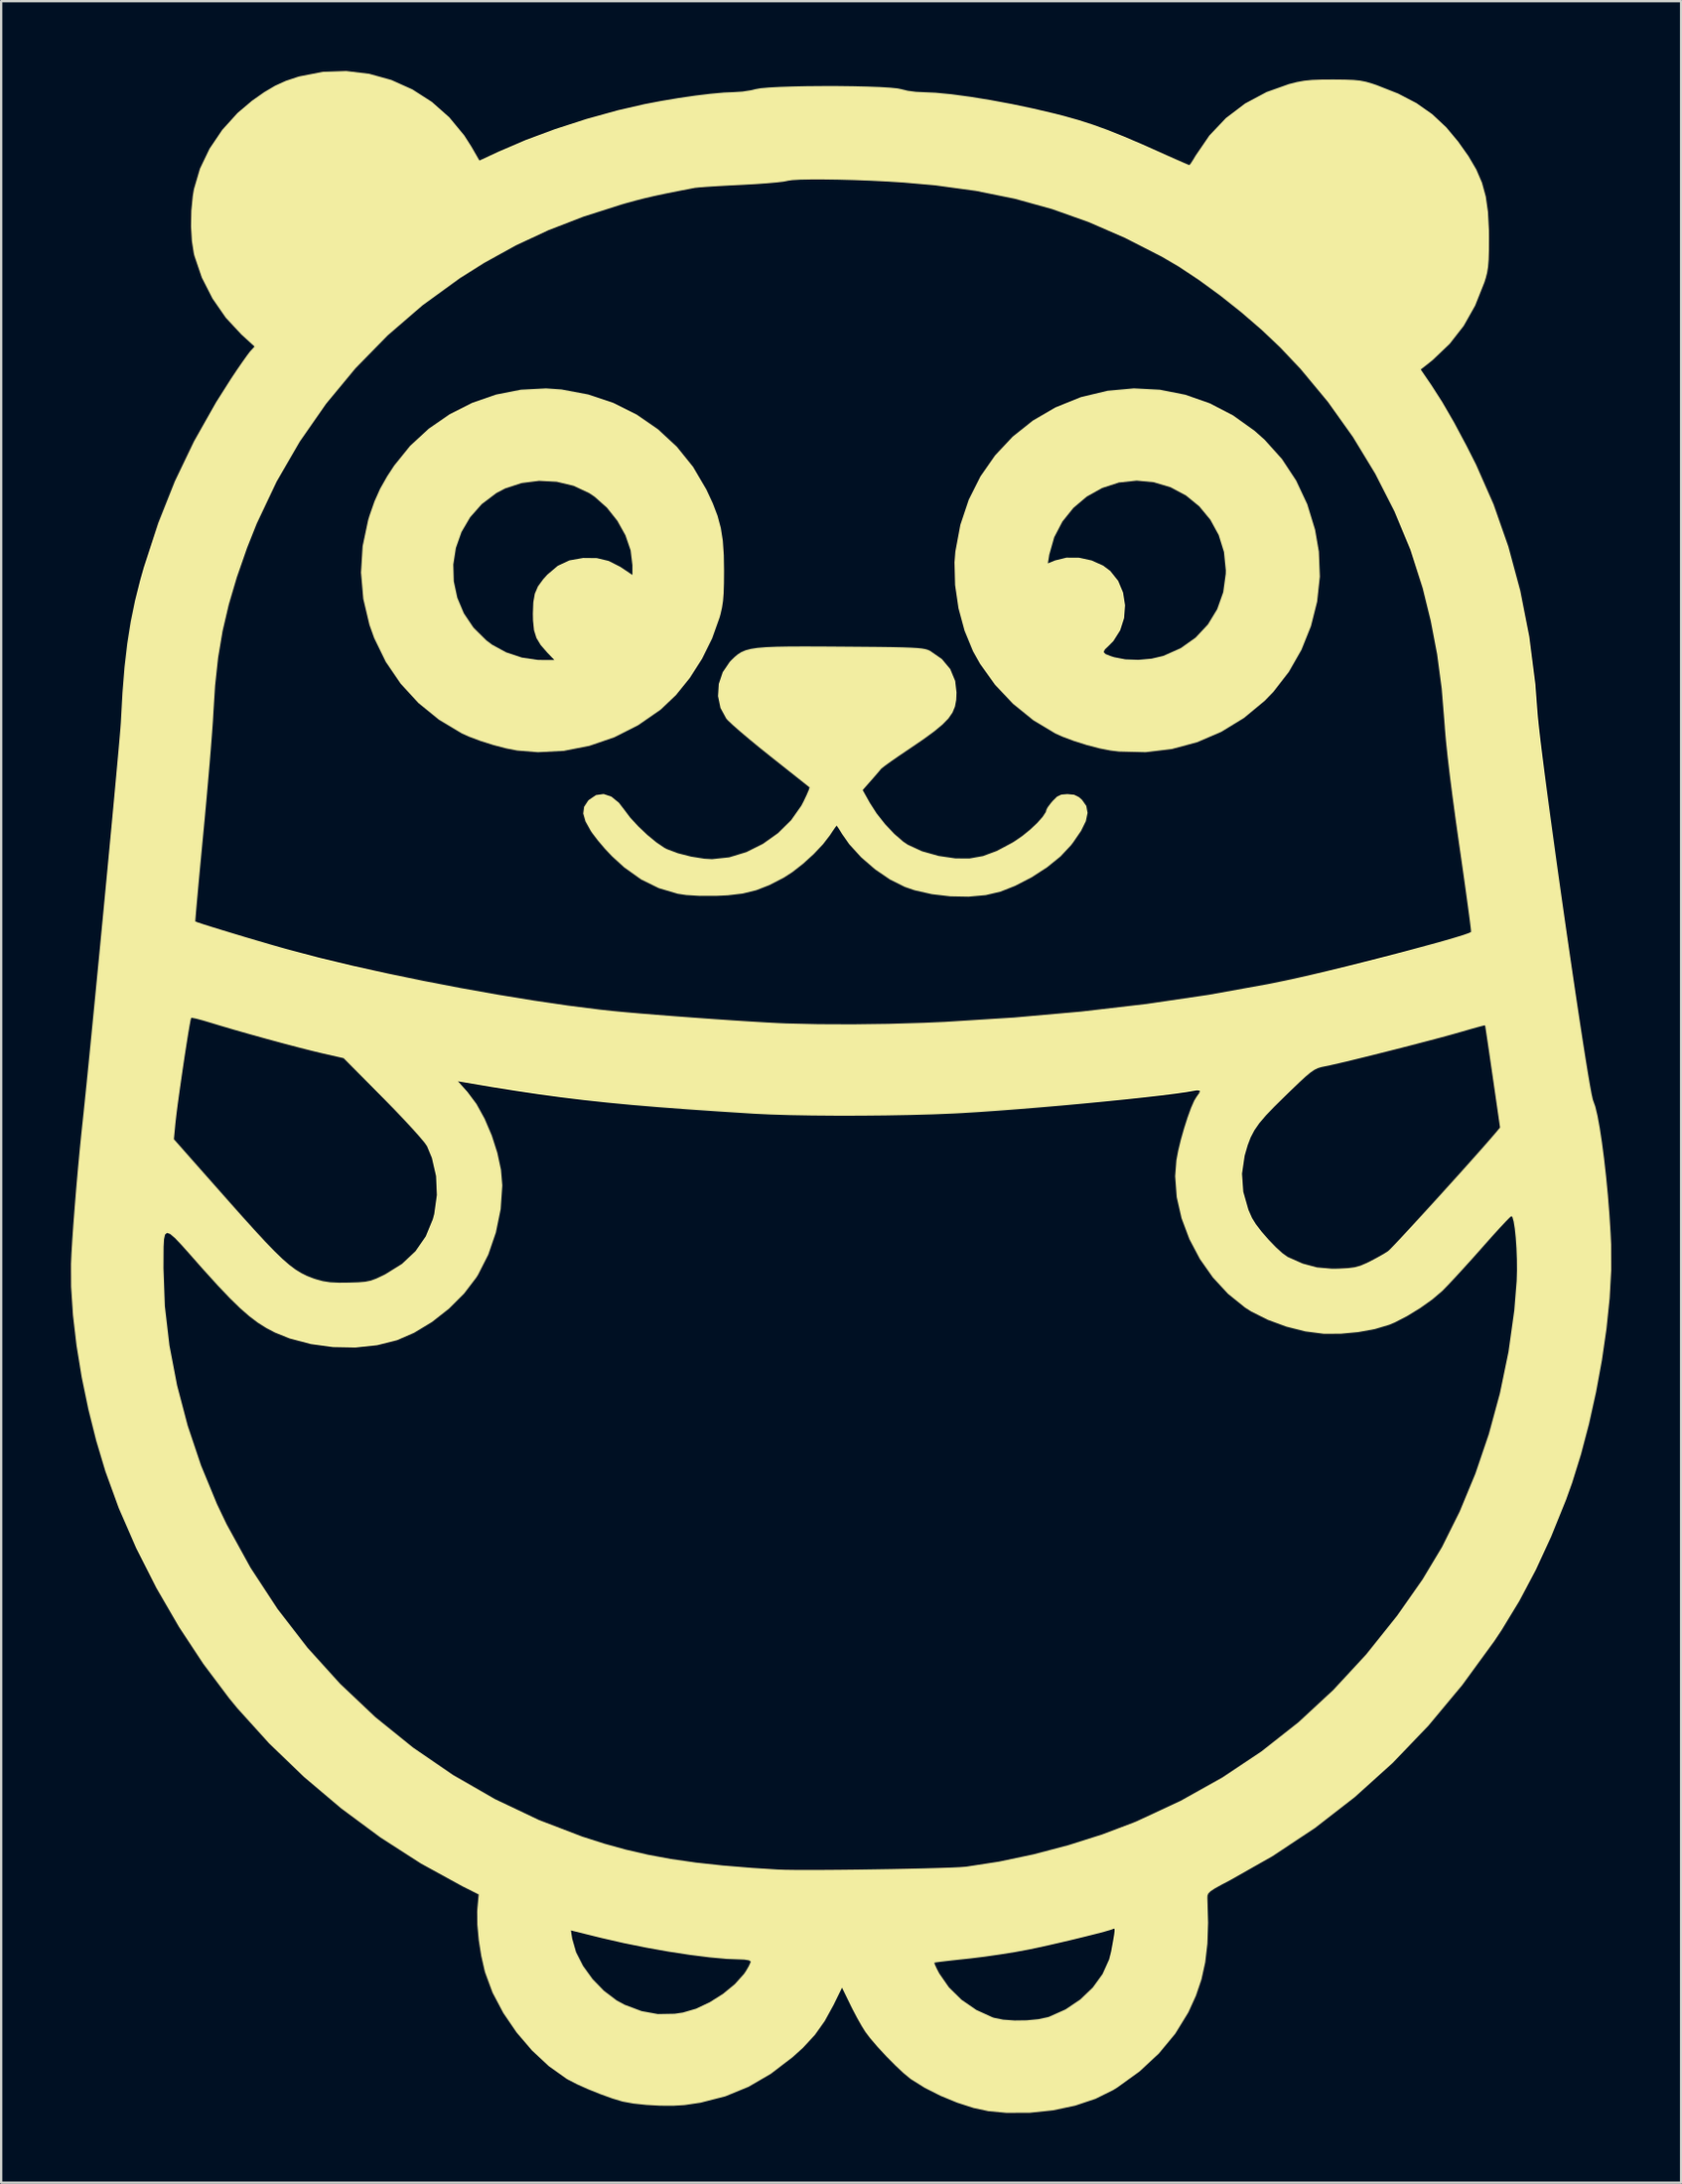
<source format=kicad_pcb>
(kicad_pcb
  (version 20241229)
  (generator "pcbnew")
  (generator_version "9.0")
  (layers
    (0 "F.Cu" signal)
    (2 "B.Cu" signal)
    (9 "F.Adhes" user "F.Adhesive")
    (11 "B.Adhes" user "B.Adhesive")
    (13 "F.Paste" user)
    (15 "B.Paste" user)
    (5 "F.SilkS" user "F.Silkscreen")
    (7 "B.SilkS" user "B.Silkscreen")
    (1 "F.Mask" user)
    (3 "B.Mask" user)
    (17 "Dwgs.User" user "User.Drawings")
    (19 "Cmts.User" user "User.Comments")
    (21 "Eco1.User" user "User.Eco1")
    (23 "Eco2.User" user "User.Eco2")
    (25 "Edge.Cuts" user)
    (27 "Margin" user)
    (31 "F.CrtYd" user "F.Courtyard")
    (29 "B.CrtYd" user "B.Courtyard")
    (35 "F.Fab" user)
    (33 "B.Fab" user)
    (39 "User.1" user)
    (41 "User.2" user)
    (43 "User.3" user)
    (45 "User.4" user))
  (footprint "makersmark"
    (layer "F.Cu")
    (at 32.451 42.308)
    (property "Reference" "makersmark" (at 0 0 0) (layer "F.SilkS") (effects (font (size 1.5 1.5) (thickness 0.3))))
    (attr board_only exclude_from_pos_files exclude_from_bom)
    (fp_poly (pts (xy 14.312 -28.623) (xy 15.405 -28.407) (xy 16.458 -28.039) (xy 17.457 -27.521) (xy 18.385 -26.857) (xy 18.813 -26.475) (xy 19.554 -25.651) (xy 20.166 -24.724) (xy 20.643 -23.707) (xy 20.978 -22.613) (xy 21.141 -21.672) (xy 21.183 -20.601) (xy 21.067 -19.527) (xy 20.801 -18.471) (xy 20.394 -17.457) (xy 19.853 -16.51) (xy 19.188 -15.652) (xy 18.813 -15.265) (xy 17.923 -14.528) (xy 16.951 -13.934) (xy 15.913 -13.488) (xy 14.824 -13.195) (xy 13.7 -13.06) (xy 12.555 -13.088) (xy 12.192 -13.132) (xy 11.723 -13.223) (xy 11.178 -13.366) (xy 10.623 -13.541) (xy 10.121 -13.729) (xy 9.821 -13.864) (xy 8.875 -14.433) (xy 8.005 -15.138) (xy 7.234 -15.954) (xy 6.589 -16.857) (xy 6.286 -17.399) (xy 5.924 -18.277) (xy 5.664 -19.24) (xy 5.518 -20.236) (xy 5.494 -21.166) (xy 9.503 -21.166) (xy 9.808 -21.293) (xy 10.296 -21.414) (xy 10.838 -21.411) (xy 11.381 -21.294) (xy 11.875 -21.073) (xy 12.182 -20.844) (xy 12.521 -20.418) (xy 12.732 -19.915) (xy 12.817 -19.37) (xy 12.776 -18.819) (xy 12.609 -18.295) (xy 12.317 -17.833) (xy 12.122 -17.635) (xy 11.951 -17.472) (xy 11.898 -17.361) (xy 11.978 -17.275) (xy 12.202 -17.186) (xy 12.352 -17.138) (xy 12.829 -17.046) (xy 13.387 -17.026) (xy 13.955 -17.076) (xy 14.46 -17.194) (xy 15.207 -17.527) (xy 15.849 -17.982) (xy 16.376 -18.545) (xy 16.774 -19.2) (xy 17.034 -19.93) (xy 17.142 -20.721) (xy 17.145 -20.87) (xy 17.066 -21.654) (xy 16.839 -22.384) (xy 16.48 -23.042) (xy 16.006 -23.615) (xy 15.431 -24.085) (xy 14.772 -24.436) (xy 14.044 -24.653) (xy 13.317 -24.721) (xy 12.551 -24.638) (xy 11.83 -24.403) (xy 11.173 -24.035) (xy 10.598 -23.549) (xy 10.125 -22.961) (xy 9.775 -22.289) (xy 9.565 -21.549) (xy 9.557 -21.504) (xy 9.503 -21.166) (xy 5.494 -21.166) (xy 5.493 -21.211) (xy 5.529 -21.672) (xy 5.744 -22.824) (xy 6.106 -23.904) (xy 6.607 -24.902) (xy 7.238 -25.807) (xy 7.99 -26.609) (xy 8.856 -27.298) (xy 9.825 -27.863) (xy 10.891 -28.293) (xy 10.955 -28.313) (xy 12.071 -28.579) (xy 13.196 -28.681)) (stroke (width 0) (type solid)) (fill yes) (layer "F.SilkS"))
    (fp_poly (pts (xy -11.385 -28.634) (xy -10.241 -28.419) (xy -9.16 -28.058) (xy -8.157 -27.557) (xy -7.243 -26.927) (xy -6.432 -26.176) (xy -5.735 -25.311) (xy -5.166 -24.343) (xy -5.165 -24.342) (xy -4.887 -23.742) (xy -4.683 -23.208) (xy -4.544 -22.69) (xy -4.458 -22.141) (xy -4.415 -21.514) (xy -4.405 -20.87) (xy -4.409 -20.318) (xy -4.422 -19.895) (xy -4.448 -19.559) (xy -4.492 -19.271) (xy -4.556 -18.988) (xy -4.598 -18.838) (xy -4.915 -17.949) (xy -5.349 -17.072) (xy -5.876 -16.247) (xy -6.47 -15.512) (xy -7.108 -14.905) (xy -7.149 -14.872) (xy -8.099 -14.215) (xy -9.118 -13.7) (xy -10.187 -13.333) (xy -11.288 -13.117) (xy -12.399 -13.059) (xy -13.293 -13.132) (xy -13.762 -13.223) (xy -14.306 -13.366) (xy -14.862 -13.541) (xy -15.363 -13.729) (xy -15.663 -13.864) (xy -16.651 -14.456) (xy -17.532 -15.173) (xy -18.296 -16.005) (xy -18.932 -16.938) (xy -19.431 -17.96) (xy -19.633 -18.525) (xy -19.898 -19.642) (xy -19.996 -20.773) (xy -19.975 -21.119) (xy -16.033 -21.119) (xy -16.013 -20.4) (xy -15.862 -19.695) (xy -15.579 -19.023) (xy -15.164 -18.405) (xy -14.615 -17.863) (xy -14.365 -17.676) (xy -13.764 -17.348) (xy -13.089 -17.123) (xy -12.409 -17.023) (xy -12.281 -17.02) (xy -11.692 -17.018) (xy -11.996 -17.335) (xy -12.279 -17.66) (xy -12.462 -17.963) (xy -12.566 -18.296) (xy -12.609 -18.713) (xy -12.615 -19.008) (xy -12.597 -19.494) (xy -12.531 -19.867) (xy -12.396 -20.181) (xy -12.172 -20.488) (xy -11.992 -20.687) (xy -11.546 -21.064) (xy -11.046 -21.296) (xy -10.456 -21.4) (xy -10.456 -21.4) (xy -9.871 -21.394) (xy -9.361 -21.273) (xy -8.865 -21.022) (xy -8.769 -20.959) (xy -8.34 -20.67) (xy -8.34 -21.09) (xy -8.418 -21.727) (xy -8.64 -22.374) (xy -8.986 -22.995) (xy -9.435 -23.559) (xy -9.967 -24.031) (xy -10.202 -24.188) (xy -10.864 -24.498) (xy -11.591 -24.672) (xy -12.348 -24.712) (xy -13.097 -24.617) (xy -13.801 -24.387) (xy -14.182 -24.188) (xy -14.81 -23.713) (xy -15.31 -23.148) (xy -15.681 -22.514) (xy -15.922 -21.83) (xy -16.033 -21.119) (xy -19.975 -21.119) (xy -19.927 -21.903) (xy -19.691 -23.021) (xy -19.635 -23.208) (xy -19.418 -23.83) (xy -19.177 -24.371) (xy -18.876 -24.903) (xy -18.57 -25.369) (xy -17.887 -26.214) (xy -17.089 -26.95) (xy -16.194 -27.568) (xy -15.223 -28.059) (xy -14.196 -28.414) (xy -13.131 -28.624) (xy -12.05 -28.68)) (stroke (width 0) (type solid)) (fill yes) (layer "F.SilkS"))
    (fp_poly (pts (xy -0.071 -17.598) (xy 0.648 -17.593) (xy 1.516 -17.586) (xy 2.231 -17.58) (xy 2.811 -17.572) (xy 3.27 -17.562) (xy 3.626 -17.549) (xy 3.894 -17.533) (xy 4.093 -17.513) (xy 4.237 -17.487) (xy 4.344 -17.456) (xy 4.43 -17.418) (xy 4.445 -17.411) (xy 4.951 -17.06) (xy 5.311 -16.628) (xy 5.522 -16.12) (xy 5.58 -15.621) (xy 5.566 -15.301) (xy 5.514 -15.021) (xy 5.408 -14.764) (xy 5.234 -14.511) (xy 4.976 -14.247) (xy 4.62 -13.952) (xy 4.15 -13.609) (xy 3.551 -13.201) (xy 3.455 -13.137) (xy 3.082 -12.885) (xy 2.757 -12.659) (xy 2.508 -12.479) (xy 2.362 -12.365) (xy 2.338 -12.342) (xy 2.24 -12.224) (xy 2.069 -12.026) (xy 1.902 -11.835) (xy 1.549 -11.435) (xy 1.858 -10.883) (xy 2.152 -10.426) (xy 2.514 -9.969) (xy 2.906 -9.553) (xy 3.288 -9.222) (xy 3.487 -9.088) (xy 4.096 -8.807) (xy 4.813 -8.605) (xy 5.537 -8.5) (xy 6.134 -8.497) (xy 6.713 -8.6) (xy 7.309 -8.82) (xy 7.959 -9.166) (xy 8.067 -9.232) (xy 8.409 -9.467) (xy 8.743 -9.739) (xy 9.041 -10.019) (xy 9.274 -10.28) (xy 9.414 -10.492) (xy 9.44 -10.588) (xy 9.492 -10.691) (xy 9.623 -10.866) (xy 9.703 -10.961) (xy 9.896 -11.153) (xy 10.079 -11.24) (xy 10.334 -11.261) (xy 10.345 -11.261) (xy 10.63 -11.234) (xy 10.842 -11.129) (xy 10.971 -11.013) (xy 11.153 -10.754) (xy 11.208 -10.455) (xy 11.135 -10.102) (xy 10.929 -9.683) (xy 10.587 -9.184) (xy 10.49 -9.058) (xy 10.043 -8.582) (xy 9.467 -8.116) (xy 8.804 -7.687) (xy 8.093 -7.32) (xy 7.469 -7.073) (xy 6.832 -6.923) (xy 6.097 -6.857) (xy 5.311 -6.871) (xy 4.523 -6.963) (xy 3.781 -7.131) (xy 3.36 -7.275) (xy 2.722 -7.593) (xy 2.081 -8.03) (xy 1.482 -8.548) (xy 0.971 -9.109) (xy 0.665 -9.546) (xy 0.538 -9.753) (xy 0.45 -9.883) (xy 0.43 -9.906) (xy 0.377 -9.841) (xy 0.261 -9.673) (xy 0.143 -9.494) (xy -0.154 -9.108) (xy -0.553 -8.686) (xy -1.008 -8.272) (xy -1.472 -7.909) (xy -1.846 -7.669) (xy -2.462 -7.352) (xy -3.027 -7.132) (xy -3.602 -6.991) (xy -4.243 -6.915) (xy -4.741 -6.892) (xy -5.446 -6.891) (xy -6.025 -6.926) (xy -6.392 -6.981) (xy -7.208 -7.223) (xy -7.967 -7.596) (xy -8.694 -8.115) (xy -9.22 -8.594) (xy -9.525 -8.918) (xy -9.826 -9.272) (xy -10.071 -9.594) (xy -10.129 -9.68) (xy -10.358 -10.093) (xy -10.453 -10.429) (xy -10.416 -10.714) (xy -10.247 -10.973) (xy -10.209 -11.013) (xy -9.905 -11.219) (xy -9.578 -11.265) (xy -9.245 -11.154) (xy -8.922 -10.892) (xy -8.699 -10.603) (xy -8.436 -10.254) (xy -8.088 -9.877) (xy -7.699 -9.508) (xy -7.31 -9.188) (xy -6.963 -8.953) (xy -6.859 -8.899) (xy -6.382 -8.72) (xy -5.821 -8.577) (xy -5.259 -8.488) (xy -4.923 -8.468) (xy -4.185 -8.546) (xy -3.446 -8.77) (xy -2.737 -9.124) (xy -2.087 -9.586) (xy -1.527 -10.138) (xy -1.087 -10.762) (xy -0.988 -10.951) (xy -0.857 -11.228) (xy -0.766 -11.44) (xy -0.732 -11.546) (xy -0.734 -11.551) (xy -0.805 -11.608) (xy -0.991 -11.755) (xy -1.273 -11.979) (xy -1.634 -12.264) (xy -2.055 -12.598) (xy -2.423 -12.889) (xy -2.894 -13.267) (xy -3.331 -13.627) (xy -3.715 -13.951) (xy -4.022 -14.22) (xy -4.231 -14.416) (xy -4.309 -14.501) (xy -4.558 -14.959) (xy -4.664 -15.468) (xy -4.631 -15.992) (xy -4.462 -16.496) (xy -4.159 -16.942) (xy -4.096 -17.008) (xy -3.951 -17.148) (xy -3.81 -17.265) (xy -3.658 -17.361) (xy -3.477 -17.437) (xy -3.252 -17.496) (xy -2.967 -17.54) (xy -2.606 -17.57) (xy -2.151 -17.589) (xy -1.588 -17.599) (xy -0.9 -17.601)) (stroke (width 0) (type solid)) (fill yes) (layer "F.SilkS"))
    (fp_poly (pts (xy -19.644 -42.189) (xy -18.69 -41.923) (xy -17.787 -41.518) (xy -16.953 -40.982) (xy -16.205 -40.321) (xy -15.561 -39.542) (xy -15.257 -39.065) (xy -14.911 -38.464) (xy -14.102 -38.84) (xy -12.934 -39.342) (xy -11.653 -39.818) (xy -10.312 -40.251) (xy -8.967 -40.623) (xy -7.82 -40.887) (xy -7.099 -41.024) (xy -6.361 -41.148) (xy -5.641 -41.253) (xy -4.976 -41.333) (xy -4.404 -41.385) (xy -3.976 -41.403) (xy -3.608 -41.427) (xy -3.231 -41.486) (xy -3.056 -41.53) (xy -2.838 -41.569) (xy -2.481 -41.601) (xy -2.01 -41.626) (xy -1.451 -41.645) (xy -0.831 -41.658) (xy -0.175 -41.663) (xy 0.491 -41.663) (xy 1.14 -41.655) (xy 1.748 -41.641) (xy 2.286 -41.621) (xy 2.73 -41.594) (xy 3.054 -41.561) (xy 3.217 -41.527) (xy 3.491 -41.46) (xy 3.843 -41.415) (xy 4.103 -41.403) (xy 4.672 -41.378) (xy 5.373 -41.31) (xy 6.175 -41.202) (xy 7.048 -41.06) (xy 7.961 -40.89) (xy 8.884 -40.696) (xy 9.787 -40.484) (xy 10.202 -40.378) (xy 10.821 -40.204) (xy 11.431 -40.008) (xy 12.067 -39.778) (xy 12.761 -39.501) (xy 13.548 -39.165) (xy 14.164 -38.891) (xy 14.609 -38.691) (xy 14.999 -38.518) (xy 15.307 -38.383) (xy 15.509 -38.296) (xy 15.579 -38.269) (xy 15.637 -38.336) (xy 15.748 -38.509) (xy 15.845 -38.672) (xy 16.438 -39.539) (xy 17.149 -40.289) (xy 17.972 -40.913) (xy 18.896 -41.407) (xy 19.854 -41.748) (xy 20.193 -41.834) (xy 20.507 -41.891) (xy 20.846 -41.926) (xy 21.259 -41.941) (xy 21.759 -41.944) (xy 22.254 -41.939) (xy 22.623 -41.925) (xy 22.913 -41.896) (xy 23.168 -41.846) (xy 23.432 -41.769) (xy 23.622 -41.705) (xy 24.545 -41.341) (xy 25.332 -40.931) (xy 26.011 -40.454) (xy 26.614 -39.889) (xy 27.119 -39.285) (xy 27.564 -38.657) (xy 27.903 -38.08) (xy 28.147 -37.514) (xy 28.31 -36.918) (xy 28.405 -36.253) (xy 28.445 -35.478) (xy 28.448 -35.137) (xy 28.445 -34.609) (xy 28.434 -34.212) (xy 28.409 -33.905) (xy 28.369 -33.652) (xy 28.307 -33.412) (xy 28.25 -33.232) (xy 27.853 -32.236) (xy 27.362 -31.365) (xy 26.759 -30.594) (xy 26.027 -29.897) (xy 25.797 -29.712) (xy 25.516 -29.493) (xy 25.974 -28.823) (xy 26.442 -28.093) (xy 26.949 -27.218) (xy 27.485 -26.215) (xy 27.896 -25.4) (xy 28.645 -23.701) (xy 29.279 -21.892) (xy 29.792 -19.992) (xy 30.18 -18.019) (xy 30.439 -15.99) (xy 30.524 -14.859) (xy 30.549 -14.559) (xy 30.595 -14.121) (xy 30.66 -13.559) (xy 30.743 -12.887) (xy 30.841 -12.119) (xy 30.953 -11.269) (xy 31.076 -10.352) (xy 31.209 -9.382) (xy 31.348 -8.373) (xy 31.493 -7.339) (xy 31.642 -6.294) (xy 31.791 -5.252) (xy 31.94 -4.229) (xy 32.086 -3.237) (xy 32.227 -2.291) (xy 32.361 -1.405) (xy 32.486 -0.594) (xy 32.6 0.129) (xy 32.701 0.749) (xy 32.787 1.251) (xy 32.856 1.623) (xy 32.906 1.85) (xy 32.926 1.91) (xy 33.014 2.157) (xy 33.108 2.551) (xy 33.203 3.07) (xy 33.298 3.693) (xy 33.39 4.396) (xy 33.476 5.159) (xy 33.553 5.958) (xy 33.618 6.773) (xy 33.669 7.581) (xy 33.693 8.07) (xy 33.697 9.171) (xy 33.629 10.388) (xy 33.494 11.69) (xy 33.298 13.044) (xy 33.046 14.416) (xy 32.745 15.774) (xy 32.4 17.084) (xy 32.017 18.315) (xy 31.757 19.04) (xy 31.119 20.617) (xy 30.456 22.055) (xy 29.751 23.384) (xy 28.991 24.634) (xy 28.678 25.104) (xy 27.298 26.997) (xy 25.844 28.741) (xy 24.308 30.342) (xy 22.685 31.805) (xy 20.969 33.136) (xy 19.152 34.341) (xy 17.357 35.359) (xy 16.949 35.574) (xy 16.669 35.73) (xy 16.493 35.846) (xy 16.397 35.94) (xy 16.358 36.032) (xy 16.354 36.139) (xy 16.355 36.171) (xy 16.385 37.199) (xy 16.355 38.098) (xy 16.262 38.899) (xy 16.099 39.635) (xy 15.861 40.336) (xy 15.543 41.034) (xy 15.525 41.067) (xy 14.972 41.967) (xy 14.27 42.814) (xy 13.437 43.588) (xy 12.491 44.271) (xy 12.31 44.384) (xy 11.549 44.761) (xy 10.674 45.054) (xy 9.72 45.255) (xy 8.721 45.36) (xy 7.712 45.362) (xy 6.943 45.289) (xy 6.309 45.153) (xy 5.607 44.926) (xy 4.89 44.631) (xy 4.215 44.29) (xy 3.636 43.927) (xy 3.594 43.897) (xy 3.3 43.654) (xy 2.942 43.318) (xy 2.558 42.93) (xy 2.187 42.529) (xy 1.87 42.158) (xy 1.668 41.892) (xy 1.508 41.636) (xy 1.31 41.286) (xy 1.108 40.902) (xy 1.03 40.744) (xy 0.662 39.989) (xy 0.297 40.734) (xy -0.083 41.424) (xy -0.505 42.018) (xy -1.014 42.569) (xy -1.456 42.969) (xy -2.395 43.687) (xy -3.352 44.245) (xy -4.351 44.655) (xy -5.413 44.927) (xy -6.103 45.029) (xy -6.588 45.058) (xy -7.156 45.055) (xy -7.745 45.022) (xy -8.295 44.964) (xy -8.744 44.882) (xy -8.779 44.874) (xy -9.209 44.744) (xy -9.714 44.562) (xy -10.236 44.352) (xy -10.719 44.136) (xy -11.107 43.936) (xy -11.17 43.9) (xy -11.93 43.359) (xy -12.652 42.686) (xy -13.313 41.914) (xy -13.885 41.076) (xy -14.345 40.206) (xy -14.666 39.337) (xy -14.686 39.267) (xy -14.833 38.622) (xy -14.94 37.946) (xy -14.978 37.53) (xy -10.982 37.53) (xy -10.928 37.879) (xy -10.762 38.462) (xy -10.46 39.054) (xy -10.051 39.62) (xy -9.561 40.124) (xy -9.02 40.533) (xy -8.674 40.721) (xy -7.947 40.994) (xy -7.248 41.121) (xy -6.529 41.108) (xy -6.175 41.056) (xy -5.608 40.891) (xy -5.017 40.612) (xy -4.447 40.251) (xy -3.942 39.836) (xy -3.548 39.397) (xy -3.462 39.271) (xy -3.339 39.058) (xy -3.274 38.914) (xy 4.627 38.914) (xy 4.648 38.993) (xy 4.733 39.176) (xy 4.836 39.374) (xy 5.251 39.972) (xy 5.794 40.506) (xy 6.43 40.944) (xy 7.12 41.258) (xy 7.197 41.283) (xy 7.583 41.361) (xy 8.07 41.396) (xy 8.594 41.389) (xy 9.094 41.341) (xy 9.505 41.253) (xy 9.55 41.239) (xy 10.26 40.922) (xy 10.894 40.496) (xy 11.431 39.982) (xy 11.851 39.402) (xy 12.133 38.778) (xy 12.219 38.439) (xy 12.298 38.008) (xy 12.347 37.718) (xy 12.368 37.546) (xy 12.365 37.465) (xy 12.341 37.453) (xy 12.33 37.458) (xy 12.205 37.504) (xy 11.943 37.58) (xy 11.572 37.678) (xy 11.119 37.792) (xy 10.612 37.916) (xy 10.08 38.041) (xy 9.55 38.163) (xy 9.05 38.273) (xy 8.671 38.352) (xy 8.116 38.455) (xy 7.465 38.56) (xy 6.792 38.657) (xy 6.17 38.734) (xy 6.046 38.747) (xy 5.581 38.797) (xy 5.178 38.842) (xy 4.867 38.879) (xy 4.675 38.905) (xy 4.627 38.914) (xy -3.274 38.914) (xy -3.267 38.899) (xy -3.26 38.864) (xy -3.336 38.814) (xy -3.53 38.783) (xy -3.674 38.777) (xy -4.289 38.754) (xy -5.035 38.686) (xy -5.882 38.579) (xy -6.799 38.438) (xy -7.757 38.267) (xy -8.724 38.071) (xy -9.669 37.855) (xy -9.809 37.821) (xy -10.982 37.53) (xy -14.978 37.53) (xy -15 37.295) (xy -15.007 36.727) (xy -14.996 36.559) (xy -14.943 35.986) (xy -15.642 35.635) (xy -17.416 34.662) (xy -19.159 33.541) (xy -20.844 32.294) (xy -22.447 30.939) (xy -23.943 29.499) (xy -25.306 27.992) (xy -25.662 27.559) (xy -26.77 26.083) (xy -27.817 24.494) (xy -28.784 22.826) (xy -29.651 21.117) (xy -30.399 19.401) (xy -30.973 17.822) (xy -31.367 16.509) (xy -31.708 15.148) (xy -31.993 13.773) (xy -32.214 12.416) (xy -32.367 11.112) (xy -32.447 9.892) (xy -32.451 9.105) (xy -28.48 9.105) (xy -28.421 10.727) (xy -28.224 12.411) (xy -27.895 14.129) (xy -27.441 15.854) (xy -26.868 17.559) (xy -26.184 19.219) (xy -25.769 20.089) (xy -24.739 21.96) (xy -23.579 23.729) (xy -22.294 25.392) (xy -20.892 26.941) (xy -19.379 28.372) (xy -17.761 29.678) (xy -16.047 30.853) (xy -14.241 31.892) (xy -12.352 32.789) (xy -10.499 33.499) (xy -9.555 33.802) (xy -8.621 34.06) (xy -7.672 34.279) (xy -6.68 34.463) (xy -5.619 34.616) (xy -4.464 34.742) (xy -3.186 34.847) (xy -2.074 34.917) (xy -1.78 34.927) (xy -1.349 34.933) (xy -0.805 34.934) (xy -0.172 34.933) (xy 0.527 34.928) (xy 1.27 34.92) (xy 2.032 34.909) (xy 2.791 34.897) (xy 3.523 34.882) (xy 4.206 34.866) (xy 4.815 34.849) (xy 5.328 34.832) (xy 5.721 34.814) (xy 5.971 34.795) (xy 5.993 34.793) (xy 7.408 34.575) (xy 8.891 34.262) (xy 10.386 33.868) (xy 11.834 33.409) (xy 13.179 32.9) (xy 13.301 32.85) (xy 15.203 31.965) (xy 16.992 30.965) (xy 18.676 29.842) (xy 20.262 28.593) (xy 21.757 27.209) (xy 23.168 25.685) (xy 24.502 24.016) (xy 25.596 22.456) (xy 26.431 21.064) (xy 27.189 19.544) (xy 27.861 17.921) (xy 28.44 16.22) (xy 28.917 14.467) (xy 29.285 12.688) (xy 29.534 10.908) (xy 29.637 9.634) (xy 29.65 9.192) (xy 29.646 8.717) (xy 29.628 8.24) (xy 29.597 7.79) (xy 29.556 7.398) (xy 29.507 7.093) (xy 29.454 6.905) (xy 29.411 6.858) (xy 29.338 6.919) (xy 29.17 7.089) (xy 28.926 7.35) (xy 28.622 7.683) (xy 28.276 8.071) (xy 28.134 8.232) (xy 27.741 8.674) (xy 27.351 9.105) (xy 26.991 9.498) (xy 26.685 9.823) (xy 26.46 10.054) (xy 26.431 10.082) (xy 26.01 10.44) (xy 25.491 10.809) (xy 24.935 11.15) (xy 24.401 11.426) (xy 24.16 11.527) (xy 23.544 11.711) (xy 22.828 11.841) (xy 22.074 11.911) (xy 21.344 11.912) (xy 21.336 11.911) (xy 20.559 11.811) (xy 19.744 11.605) (xy 18.949 11.313) (xy 18.234 10.954) (xy 17.972 10.787) (xy 17.239 10.197) (xy 16.588 9.493) (xy 16.031 8.701) (xy 15.579 7.846) (xy 15.244 6.952) (xy 15.036 6.044) (xy 14.969 5.147) (xy 14.977 5.038) (xy 17.841 5.038) (xy 17.895 5.813) (xy 18.117 6.59) (xy 18.271 6.939) (xy 18.435 7.204) (xy 18.683 7.527) (xy 18.979 7.867) (xy 19.287 8.187) (xy 19.572 8.447) (xy 19.798 8.608) (xy 19.805 8.612) (xy 20.447 8.897) (xy 21.057 9.061) (xy 21.701 9.117) (xy 21.971 9.114) (xy 22.379 9.093) (xy 22.678 9.055) (xy 22.931 8.985) (xy 23.197 8.871) (xy 23.326 8.808) (xy 23.638 8.643) (xy 23.922 8.483) (xy 24.11 8.364) (xy 24.206 8.275) (xy 24.399 8.075) (xy 24.674 7.783) (xy 25.016 7.414) (xy 25.411 6.985) (xy 25.843 6.513) (xy 26.297 6.015) (xy 26.757 5.506) (xy 27.21 5.005) (xy 27.638 4.526) (xy 28.029 4.088) (xy 28.365 3.707) (xy 28.633 3.398) (xy 28.728 3.287) (xy 28.923 3.055) (xy 28.607 0.871) (xy 28.521 0.285) (xy 28.444 -0.244) (xy 28.378 -0.692) (xy 28.326 -1.037) (xy 28.292 -1.258) (xy 28.279 -1.332) (xy 28.198 -1.317) (xy 27.987 -1.262) (xy 27.675 -1.175) (xy 27.296 -1.065) (xy 27.257 -1.054) (xy 26.87 -0.944) (xy 26.367 -0.807) (xy 25.778 -0.651) (xy 25.131 -0.482) (xy 24.455 -0.308) (xy 23.777 -0.137) (xy 23.127 0.025) (xy 22.533 0.171) (xy 22.024 0.292) (xy 21.628 0.382) (xy 21.421 0.425) (xy 21.243 0.462) (xy 21.092 0.508) (xy 20.945 0.581) (xy 20.779 0.695) (xy 20.571 0.869) (xy 20.3 1.119) (xy 19.942 1.462) (xy 19.706 1.69) (xy 19.229 2.159) (xy 18.86 2.544) (xy 18.58 2.874) (xy 18.371 3.177) (xy 18.212 3.48) (xy 18.086 3.811) (xy 17.973 4.199) (xy 17.953 4.272) (xy 17.841 5.038) (xy 14.977 5.038) (xy 15.022 4.46) (xy 15.1 4.047) (xy 15.214 3.578) (xy 15.352 3.091) (xy 15.501 2.625) (xy 15.649 2.217) (xy 15.785 1.906) (xy 15.876 1.754) (xy 16.011 1.561) (xy 16.022 1.468) (xy 15.904 1.458) (xy 15.812 1.474) (xy 15.467 1.533) (xy 14.975 1.603) (xy 14.356 1.68) (xy 13.632 1.762) (xy 12.822 1.849) (xy 11.948 1.937) (xy 11.031 2.025) (xy 10.092 2.111) (xy 9.152 2.192) (xy 8.232 2.267) (xy 7.353 2.334) (xy 6.536 2.391) (xy 5.802 2.436) (xy 5.461 2.454) (xy 4.566 2.49) (xy 3.58 2.517) (xy 2.535 2.536) (xy 1.464 2.546) (xy 0.4 2.547) (xy -0.626 2.539) (xy -1.579 2.522) (xy -2.428 2.496) (xy -3.133 2.462) (xy -4.636 2.366) (xy -5.994 2.273) (xy -7.228 2.18) (xy -8.363 2.085) (xy -9.422 1.984) (xy -10.427 1.876) (xy -11.403 1.758) (xy -12.372 1.627) (xy -13.357 1.481) (xy -14.382 1.318) (xy -15.47 1.134) (xy -15.494 1.13) (xy -15.832 1.072) (xy -15.425 1.525) (xy -15.039 2.041) (xy -14.686 2.68) (xy -14.38 3.396) (xy -14.141 4.142) (xy -13.984 4.872) (xy -13.928 5.541) (xy -13.928 5.545) (xy -13.998 6.559) (xy -14.203 7.562) (xy -14.53 8.514) (xy -14.968 9.375) (xy -15.044 9.497) (xy -15.57 10.186) (xy -16.218 10.833) (xy -16.948 11.406) (xy -17.72 11.873) (xy -18.445 12.188) (xy -19.302 12.404) (xy -20.234 12.503) (xy -21.2 12.485) (xy -22.159 12.354) (xy -23.067 12.113) (xy -23.692 11.86) (xy -24.064 11.665) (xy -24.427 11.436) (xy -24.797 11.155) (xy -25.194 10.808) (xy -25.635 10.378) (xy -26.139 9.849) (xy -26.723 9.205) (xy -26.858 9.054) (xy -27.335 8.513) (xy -27.708 8.095) (xy -27.989 7.8) (xy -28.192 7.627) (xy -28.329 7.579) (xy -28.413 7.654) (xy -28.457 7.853) (xy -28.475 8.178) (xy -28.478 8.628) (xy -28.48 9.105) (xy -32.451 9.105) (xy -32.451 8.914) (xy -32.432 8.47) (xy -32.397 7.889) (xy -32.349 7.202) (xy -32.29 6.44) (xy -32.224 5.635) (xy -32.152 4.817) (xy -32.077 4.018) (xy -32.031 3.557) (xy -28.033 3.557) (xy -25.768 6.118) (xy -25.123 6.843) (xy -24.575 7.45) (xy -24.11 7.953) (xy -23.715 8.362) (xy -23.376 8.69) (xy -23.08 8.948) (xy -22.814 9.149) (xy -22.564 9.304) (xy -22.318 9.426) (xy -22.062 9.526) (xy -21.941 9.567) (xy -21.635 9.651) (xy -21.321 9.7) (xy -20.943 9.718) (xy -20.522 9.714) (xy -20.11 9.701) (xy -19.813 9.676) (xy -19.574 9.627) (xy -19.34 9.541) (xy -19.054 9.406) (xy -18.956 9.357) (xy -18.239 8.912) (xy -17.658 8.367) (xy -17.215 7.727) (xy -16.913 6.993) (xy -16.852 6.766) (xy -16.739 5.953) (xy -16.774 5.138) (xy -16.953 4.36) (xy -17.162 3.857) (xy -17.268 3.705) (xy -17.479 3.453) (xy -17.777 3.118) (xy -18.147 2.719) (xy -18.571 2.274) (xy -19.033 1.802) (xy -19.04 1.796) (xy -20.744 0.078) (xy -21.633 -0.124) (xy -22.092 -0.234) (xy -22.675 -0.382) (xy -23.343 -0.558) (xy -24.055 -0.751) (xy -24.773 -0.951) (xy -25.459 -1.146) (xy -26.073 -1.327) (xy -26.452 -1.442) (xy -26.794 -1.544) (xy -27.071 -1.618) (xy -27.247 -1.653) (xy -27.29 -1.652) (xy -27.315 -1.558) (xy -27.359 -1.323) (xy -27.419 -0.973) (xy -27.489 -0.534) (xy -27.567 -0.033) (xy -27.647 0.504) (xy -27.727 1.049) (xy -27.802 1.578) (xy -27.869 2.063) (xy -27.922 2.478) (xy -27.959 2.797) (xy -27.966 2.858) (xy -28.033 3.557) (xy -32.031 3.557) (xy -32.002 3.269) (xy -31.965 2.921) (xy -31.913 2.435) (xy -31.85 1.824) (xy -31.776 1.103) (xy -31.694 0.285) (xy -31.605 -0.615) (xy -31.51 -1.582) (xy -31.41 -2.602) (xy -31.307 -3.66) (xy -31.202 -4.742) (xy -31.101 -5.794) (xy -27.112 -5.794) (xy -27.014 -5.755) (xy -26.778 -5.677) (xy -26.431 -5.567) (xy -25.996 -5.433) (xy -25.501 -5.283) (xy -24.97 -5.123) (xy -24.429 -4.963) (xy -23.903 -4.809) (xy -23.417 -4.67) (xy -23.072 -4.573) (xy -21.791 -4.237) (xy -20.381 -3.898) (xy -18.875 -3.564) (xy -17.308 -3.24) (xy -15.715 -2.934) (xy -14.129 -2.651) (xy -12.586 -2.399) (xy -11.119 -2.183) (xy -9.763 -2.011) (xy -9.186 -1.948) (xy -8.669 -1.899) (xy -8.028 -1.843) (xy -7.293 -1.783) (xy -6.494 -1.721) (xy -5.661 -1.659) (xy -4.824 -1.599) (xy -4.014 -1.544) (xy -3.26 -1.496) (xy -2.593 -1.456) (xy -2.043 -1.427) (xy -1.736 -1.414) (xy -0.359 -1.382) (xy 1.125 -1.376) (xy 2.655 -1.396) (xy 4.172 -1.441) (xy 5.08 -1.481) (xy 8.057 -1.668) (xy 10.949 -1.925) (xy 13.739 -2.251) (xy 16.41 -2.644) (xy 18.946 -3.101) (xy 19.725 -3.26) (xy 20.279 -3.381) (xy 20.911 -3.526) (xy 21.601 -3.69) (xy 22.331 -3.868) (xy 23.081 -4.056) (xy 23.834 -4.247) (xy 24.569 -4.438) (xy 25.27 -4.624) (xy 25.916 -4.799) (xy 26.489 -4.958) (xy 26.971 -5.098) (xy 27.343 -5.212) (xy 27.585 -5.297) (xy 27.677 -5.343) (xy 27.672 -5.431) (xy 27.644 -5.669) (xy 27.596 -6.041) (xy 27.53 -6.53) (xy 27.449 -7.118) (xy 27.355 -7.788) (xy 27.25 -8.524) (xy 27.166 -9.102) (xy 27.017 -10.154) (xy 26.883 -11.143) (xy 26.767 -12.047) (xy 26.672 -12.85) (xy 26.6 -13.53) (xy 26.553 -14.07) (xy 26.543 -14.224) (xy 26.415 -15.793) (xy 26.219 -17.267) (xy 25.943 -18.708) (xy 25.598 -20.108) (xy 25.071 -21.754) (xy 24.388 -23.397) (xy 23.562 -25.017) (xy 22.605 -26.591) (xy 21.53 -28.1) (xy 20.35 -29.521) (xy 19.478 -30.442) (xy 18.688 -31.19) (xy 17.82 -31.94) (xy 16.911 -32.662) (xy 15.996 -33.33) (xy 15.114 -33.915) (xy 14.393 -34.337) (xy 12.804 -35.148) (xy 11.242 -35.827) (xy 9.678 -36.382) (xy 8.08 -36.824) (xy 6.417 -37.161) (xy 4.659 -37.401) (xy 3.291 -37.521) (xy 2.602 -37.564) (xy 1.893 -37.599) (xy 1.187 -37.626) (xy 0.507 -37.644) (xy -0.123 -37.653) (xy -0.679 -37.653) (xy -1.139 -37.644) (xy -1.479 -37.624) (xy -1.676 -37.595) (xy -1.686 -37.591) (xy -1.849 -37.559) (xy -2.151 -37.524) (xy -2.561 -37.488) (xy -3.05 -37.453) (xy -3.587 -37.423) (xy -3.683 -37.418) (xy -4.225 -37.391) (xy -4.723 -37.363) (xy -5.147 -37.336) (xy -5.468 -37.311) (xy -5.656 -37.292) (xy -5.673 -37.289) (xy -6.372 -37.154) (xy -6.94 -37.04) (xy -7.413 -36.939) (xy -7.825 -36.843) (xy -8.214 -36.743) (xy -8.614 -36.633) (xy -8.828 -36.571) (xy -10.449 -36.053) (xy -11.944 -35.474) (xy -13.353 -34.817) (xy -14.714 -34.064) (xy -15.748 -33.413) (xy -17.356 -32.246) (xy -18.854 -30.953) (xy -20.235 -29.543) (xy -21.494 -28.022) (xy -22.625 -26.398) (xy -23.62 -24.68) (xy -24.475 -22.875) (xy -24.888 -21.835) (xy -25.327 -20.576) (xy -25.674 -19.402) (xy -25.94 -18.267) (xy -26.133 -17.121) (xy -26.263 -15.917) (xy -26.335 -14.774) (xy -26.355 -14.417) (xy -26.391 -13.916) (xy -26.439 -13.296) (xy -26.497 -12.583) (xy -26.565 -11.8) (xy -26.638 -10.974) (xy -26.716 -10.128) (xy -26.761 -9.657) (xy -26.836 -8.869) (xy -26.906 -8.135) (xy -26.968 -7.471) (xy -27.02 -6.894) (xy -27.063 -6.422) (xy -27.093 -6.07) (xy -27.11 -5.856) (xy -27.112 -5.794) (xy -31.101 -5.794) (xy -31.097 -5.834) (xy -30.993 -6.921) (xy -30.891 -7.988) (xy -30.793 -9.021) (xy -30.7 -10.006) (xy -30.614 -10.928) (xy -30.536 -11.773) (xy -30.467 -12.527) (xy -30.408 -13.174) (xy -30.362 -13.7) (xy -30.329 -14.091) (xy -30.311 -14.333) (xy -30.309 -14.375) (xy -30.241 -15.615) (xy -30.152 -16.719) (xy -30.035 -17.723) (xy -29.887 -18.66) (xy -29.702 -19.564) (xy -29.475 -20.468) (xy -29.325 -20.997) (xy -28.704 -22.902) (xy -27.992 -24.693) (xy -27.169 -26.408) (xy -26.22 -28.087) (xy -25.588 -29.083) (xy -25.333 -29.465) (xy -25.096 -29.809) (xy -24.9 -30.085) (xy -24.768 -30.26) (xy -24.743 -30.288) (xy -24.568 -30.478) (xy -25.139 -31) (xy -25.803 -31.713) (xy -26.376 -32.54) (xy -26.833 -33.438) (xy -27.149 -34.365) (xy -27.177 -34.475) (xy -27.261 -35.01) (xy -27.297 -35.643) (xy -27.284 -36.31) (xy -27.222 -36.947) (xy -27.173 -37.236) (xy -26.913 -38.116) (xy -26.502 -38.973) (xy -25.958 -39.78) (xy -25.299 -40.507) (xy -24.68 -41.031) (xy -24.154 -41.401) (xy -23.689 -41.676) (xy -23.229 -41.885) (xy -22.72 -42.055) (xy -22.635 -42.079) (xy -21.634 -42.274) (xy -20.632 -42.308)) (stroke (width 0) (type solid)) (fill yes) (layer "F.SilkS")))
  (gr_rect
    (start -3 -3)
    (end 69.149 90.67)
    (stroke (width 0.1) (type default))
    (fill no)
    (layer "Edge.Cuts")))
</source>
